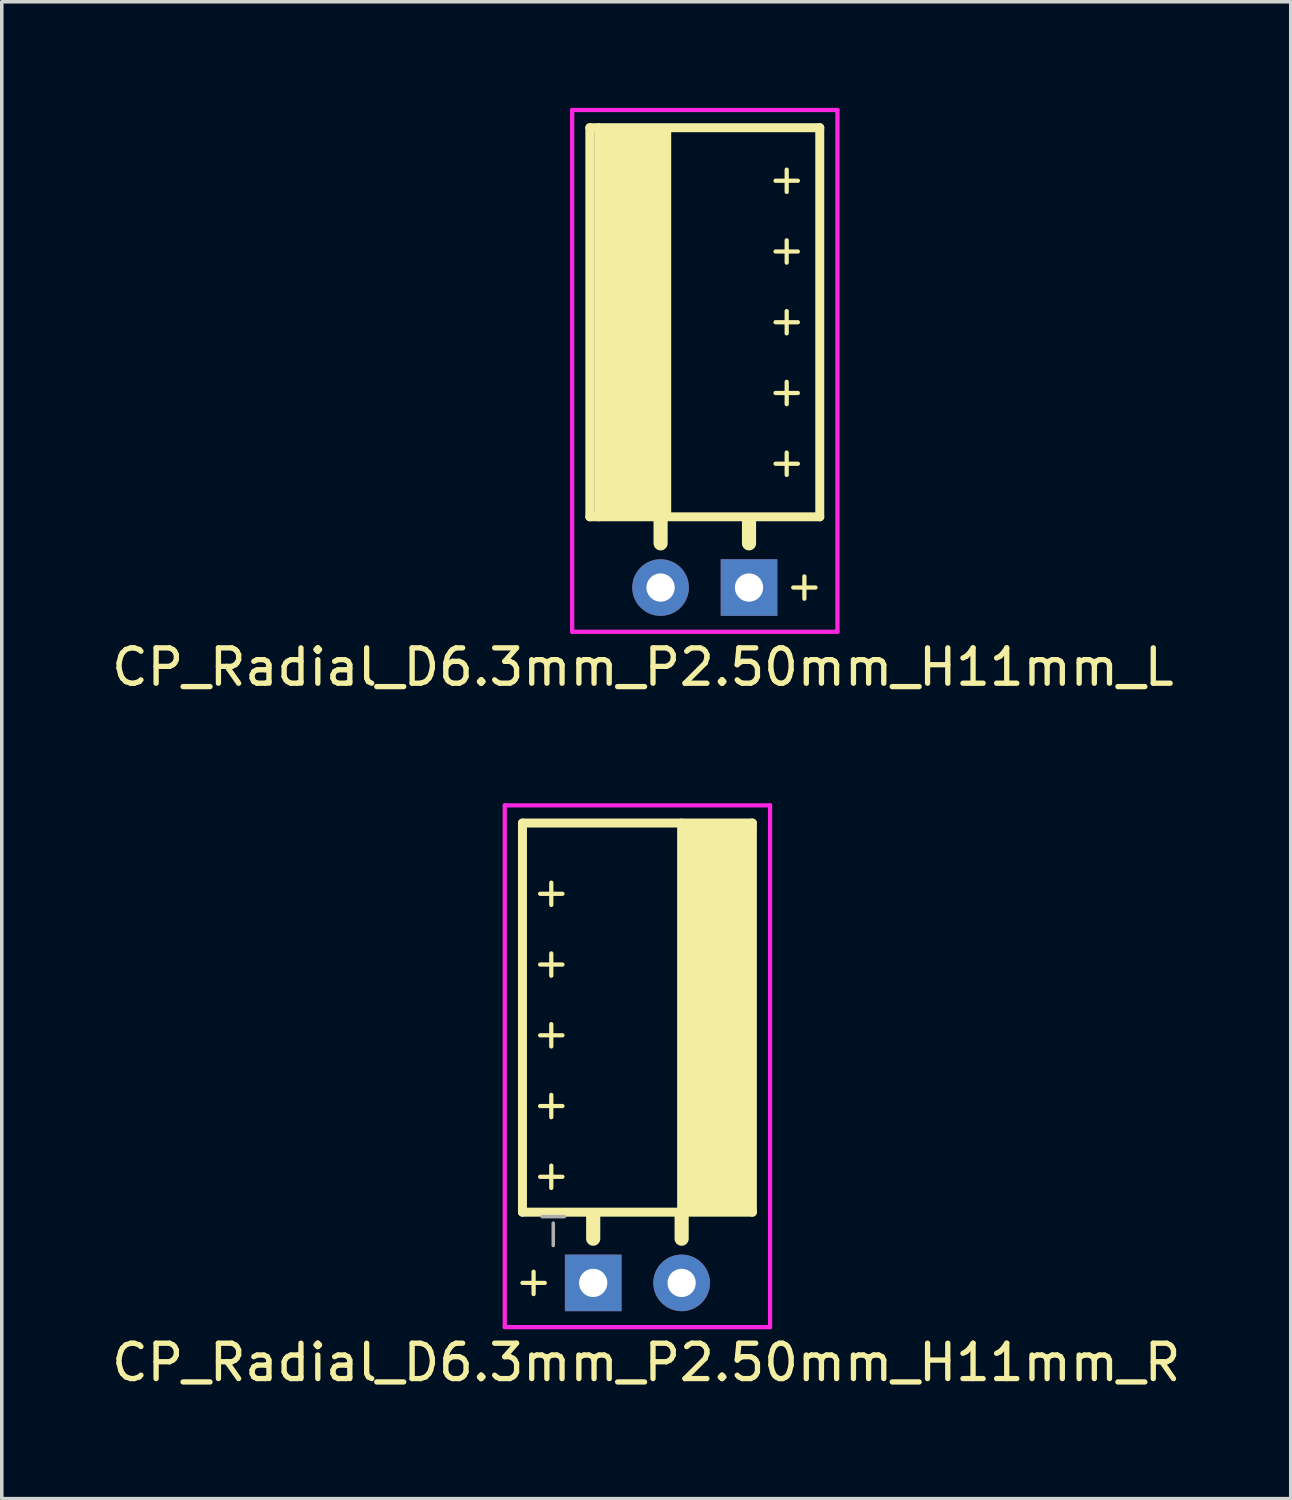
<source format=kicad_pcb>
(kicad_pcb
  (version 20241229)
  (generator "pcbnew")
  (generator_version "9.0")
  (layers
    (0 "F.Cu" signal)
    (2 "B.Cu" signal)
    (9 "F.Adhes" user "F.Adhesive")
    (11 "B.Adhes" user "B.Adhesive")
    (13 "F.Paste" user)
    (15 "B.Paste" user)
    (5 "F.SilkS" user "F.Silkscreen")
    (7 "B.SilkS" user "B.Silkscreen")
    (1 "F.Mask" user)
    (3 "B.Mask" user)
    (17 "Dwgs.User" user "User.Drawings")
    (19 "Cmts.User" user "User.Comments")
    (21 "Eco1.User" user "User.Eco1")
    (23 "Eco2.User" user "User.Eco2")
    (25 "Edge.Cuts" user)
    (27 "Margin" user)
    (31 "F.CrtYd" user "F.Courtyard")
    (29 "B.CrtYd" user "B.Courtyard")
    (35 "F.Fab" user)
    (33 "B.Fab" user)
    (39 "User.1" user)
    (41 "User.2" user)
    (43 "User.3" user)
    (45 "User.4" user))
  (footprint "CP_Radial_D6.3mm_P2.50mm_H11mm_L"
    (layer "F.Cu")
    (at 15.625 13.56)
    (property "Reference" "CP_Radial_D6.3mm_P2.50mm_H11mm_L" (at -0.5 2.25 0) (layer "F.SilkS") (effects (font (size 1 1) (thickness 0.15))))
    (attr through_hole)
    (fp_line (start -2 -13) (end -2 -2) (stroke (width 0.254) (type solid)) (layer "F.SilkS"))
    (fp_line (start -2 -2) (end 4.5 -2) (stroke (width 0.254) (type solid)) (layer "F.SilkS"))
    (fp_line (start -1.75 -2) (end -1.75 -13) (stroke (width 0.254) (type solid)) (layer "F.SilkS"))
    (fp_line (start 0 -1.25) (end 0 -1.9) (stroke (width 0.4) (type solid)) (layer "F.SilkS"))
    (fp_line (start 2.5 -1.25) (end 2.5 -1.9) (stroke (width 0.4) (type solid)) (layer "F.SilkS"))
    (fp_line (start 3.25 -11.5) (end 3.88 -11.5) (stroke (width 0.12) (type solid)) (layer "F.SilkS"))
    (fp_line (start 3.25 -9.5) (end 3.88 -9.5) (stroke (width 0.12) (type solid)) (layer "F.SilkS"))
    (fp_line (start 3.25 -7.5) (end 3.88 -7.5) (stroke (width 0.12) (type solid)) (layer "F.SilkS"))
    (fp_line (start 3.25 -5.5) (end 3.88 -5.5) (stroke (width 0.12) (type solid)) (layer "F.SilkS"))
    (fp_line (start 3.25 -3.5) (end 3.88 -3.5) (stroke (width 0.12) (type solid)) (layer "F.SilkS"))
    (fp_line (start 3.565 -11.815) (end 3.565 -11.185) (stroke (width 0.12) (type solid)) (layer "F.SilkS"))
    (fp_line (start 3.565 -9.815) (end 3.565 -9.185) (stroke (width 0.12) (type solid)) (layer "F.SilkS"))
    (fp_line (start 3.565 -7.815) (end 3.565 -7.185) (stroke (width 0.12) (type solid)) (layer "F.SilkS"))
    (fp_line (start 3.565 -5.815) (end 3.565 -5.185) (stroke (width 0.12) (type solid)) (layer "F.SilkS"))
    (fp_line (start 3.565 -3.815) (end 3.565 -3.185) (stroke (width 0.12) (type solid)) (layer "F.SilkS"))
    (fp_line (start 3.75 0) (end 4.38 0) (stroke (width 0.12) (type solid)) (layer "F.SilkS"))
    (fp_line (start 4.065 -0.315) (end 4.065 0.315) (stroke (width 0.12) (type solid)) (layer "F.SilkS"))
    (fp_line (start 4.5 -13) (end -2 -13) (stroke (width 0.254) (type solid)) (layer "F.SilkS"))
    (fp_line (start 4.5 -2) (end 4.5 -13) (stroke (width 0.254) (type solid)) (layer "F.SilkS"))
    (fp_poly (pts (xy -1.75 -13) (xy -1.75 -2) (xy 0.25 -2) (xy 0.25 -13)) (stroke (width 0.1) (type solid)) (fill yes) (layer "F.SilkS"))
    (fp_line (start -2.5 -13.5) (end -2.5 1.25) (stroke (width 0.12) (type solid)) (layer "F.CrtYd"))
    (fp_line (start -2.5 1.25) (end 5 1.25) (stroke (width 0.12) (type solid)) (layer "F.CrtYd"))
    (fp_line (start 5 -13.5) (end -2.5 -13.5) (stroke (width 0.12) (type solid)) (layer "F.CrtYd"))
    (fp_line (start 5 1.25) (end 5 -13.5) (stroke (width 0.12) (type solid)) (layer "F.CrtYd"))
    (pad "1" thru_hole rect (at 2.5 0) (size 1.6 1.6) (drill 0.8) (layers "*.Cu" "*.Mask"))
    (pad "2" thru_hole circle (at 0 0) (size 1.6 1.6) (drill 0.8) (layers "*.Cu" "*.Mask")))
  (footprint "CP_Radial_D6.3mm_P2.50mm_H11mm_R"
    (layer "F.Cu")
    (at 13.72 33.218)
    (property "Reference" "CP_Radial_D6.3mm_P2.50mm_H11mm_R" (at 1.5 2.25 0) (layer "F.SilkS") (effects (font (size 1 1) (thickness 0.15))))
    (attr through_hole)
    (fp_line (start -2 -13) (end -2 -2) (stroke (width 0.254) (type solid)) (layer "F.SilkS"))
    (fp_line (start -2 -2) (end 4.5 -2) (stroke (width 0.254) (type solid)) (layer "F.SilkS"))
    (fp_line (start -2 0) (end -1.37 0) (stroke (width 0.12) (type solid)) (layer "F.SilkS"))
    (fp_line (start -1.685 -0.315) (end -1.685 0.315) (stroke (width 0.12) (type solid)) (layer "F.SilkS"))
    (fp_line (start -1.5 -11) (end -0.87 -11) (stroke (width 0.12) (type solid)) (layer "F.SilkS"))
    (fp_line (start -1.5 -9) (end -0.87 -9) (stroke (width 0.12) (type solid)) (layer "F.SilkS"))
    (fp_line (start -1.5 -7) (end -0.87 -7) (stroke (width 0.12) (type solid)) (layer "F.SilkS"))
    (fp_line (start -1.5 -5) (end -0.87 -5) (stroke (width 0.12) (type solid)) (layer "F.SilkS"))
    (fp_line (start -1.5 -3) (end -0.87 -3) (stroke (width 0.12) (type solid)) (layer "F.SilkS"))
    (fp_line (start -1.185 -11.315) (end -1.185 -10.685) (stroke (width 0.12) (type solid)) (layer "F.SilkS"))
    (fp_line (start -1.185 -9.315) (end -1.185 -8.685) (stroke (width 0.12) (type solid)) (layer "F.SilkS"))
    (fp_line (start -1.185 -7.315) (end -1.185 -6.685) (stroke (width 0.12) (type solid)) (layer "F.SilkS"))
    (fp_line (start -1.185 -5.315) (end -1.185 -4.685) (stroke (width 0.12) (type solid)) (layer "F.SilkS"))
    (fp_line (start -1.185 -3.315) (end -1.185 -2.685) (stroke (width 0.12) (type solid)) (layer "F.SilkS"))
    (fp_line (start 0 -1.25) (end 0 -1.9) (stroke (width 0.4) (type solid)) (layer "F.SilkS"))
    (fp_line (start 2.5 -2) (end 2.5 -13) (stroke (width 0.254) (type solid)) (layer "F.SilkS"))
    (fp_line (start 2.5 -1.25) (end 2.5 -1.9) (stroke (width 0.4) (type solid)) (layer "F.SilkS"))
    (fp_line (start 4.5 -13) (end -2 -13) (stroke (width 0.254) (type solid)) (layer "F.SilkS"))
    (fp_line (start 4.5 -2) (end 4.5 -13) (stroke (width 0.254) (type solid)) (layer "F.SilkS"))
    (fp_poly (pts (xy 2.5 -13) (xy 2.5 -2) (xy 4.5 -2) (xy 4.5 -13)) (stroke (width 0.1) (type solid)) (fill yes) (layer "F.SilkS"))
    (fp_line (start -2.5 -13.5) (end -2.5 1.25) (stroke (width 0.12) (type solid)) (layer "F.CrtYd"))
    (fp_line (start -2.5 1.25) (end 5 1.25) (stroke (width 0.12) (type solid)) (layer "F.CrtYd"))
    (fp_line (start 5 -13.5) (end -2.5 -13.5) (stroke (width 0.12) (type solid)) (layer "F.CrtYd"))
    (fp_line (start 5 1.25) (end 5 -13.5) (stroke (width 0.12) (type solid)) (layer "F.CrtYd"))
    (fp_line (start -1.444 -1.873) (end -0.814 -1.873) (stroke (width 0.1) (type solid)) (layer "F.Fab"))
    (fp_line (start -1.129 -1.688) (end -1.129 -1.058) (stroke (width 0.1) (type solid)) (layer "F.Fab"))
    (pad "1" thru_hole rect (at 0 0) (size 1.6 1.6) (drill 0.8) (layers "*.Cu" "*.Mask"))
    (pad "2" thru_hole circle (at 2.5 0) (size 1.6 1.6) (drill 0.8) (layers "*.Cu" "*.Mask")))
  (gr_rect
    (start -3 -3)
    (end 33.44 39.316)
    (stroke (width 0.1) (type default))
    (fill no)
    (layer "Edge.Cuts")))
</source>
